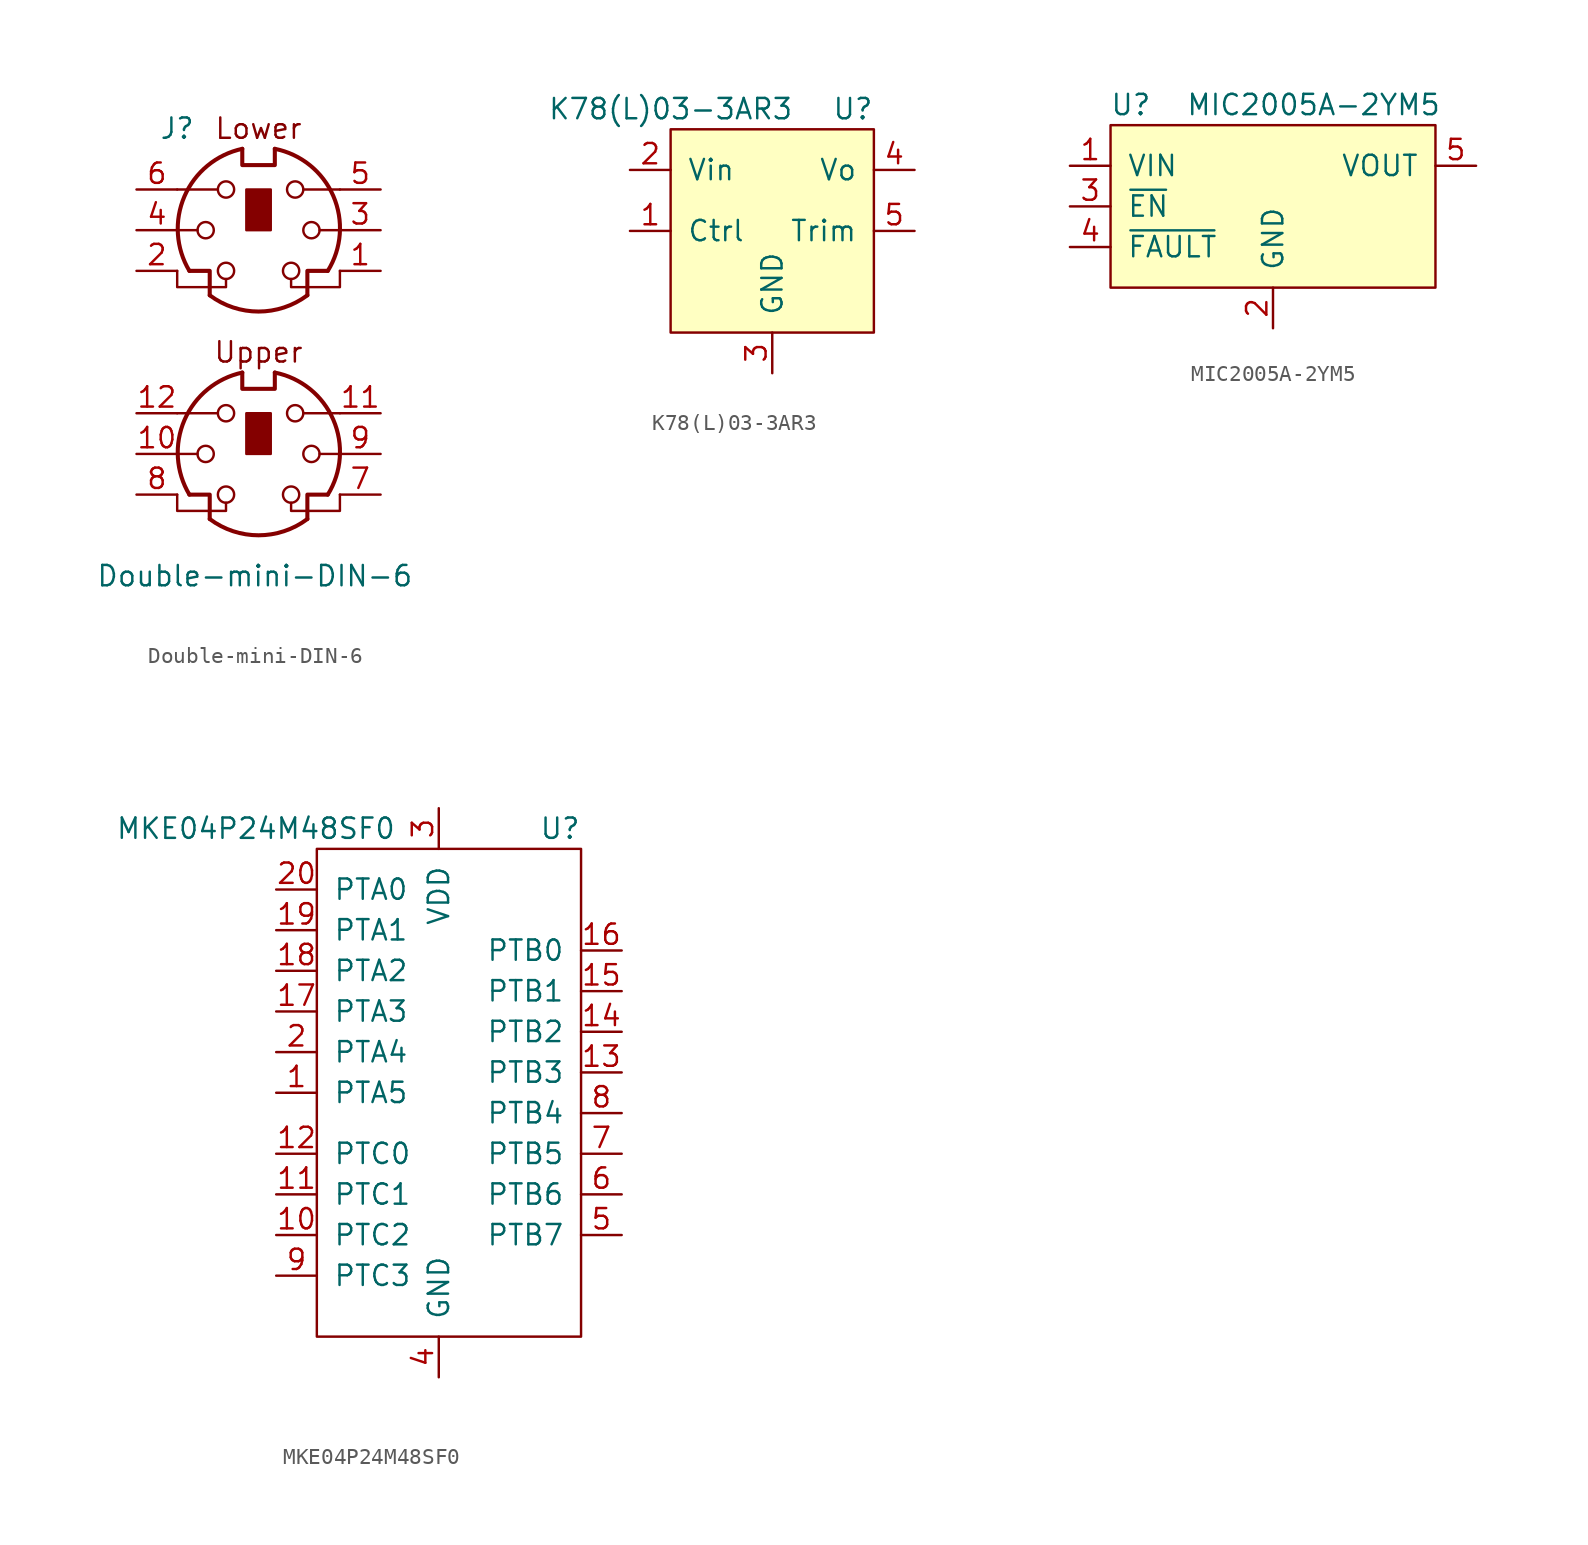
<source format=kicad_sym>
(kicad_symbol_lib
  (version 20211014)
  (generator kicad_symbol_editor)
  (symbol "Double-mini-DIN-6"
    (pin_names
      (offset 1.016))
    (property "Reference" "J"
      (at -5.08 12.7 0)
      (effects (font (size 1.27 1.27))))
    (property "Value" "Double-mini-DIN-6"
      (at -10.16 -15.24 0)
      (effects (font (size 1.27 1.27)) (justify left)))
    (symbol "Double-mini-DIN-6_0_0"
      (text "Lower" (at 0 12.7 0) (effects (font (size 1.27 1.27))))
      (text "Upper" (at 0 -1.27 0) (effects (font (size 1.27 1.27)))))
    (symbol "Double-mini-DIN-6_1_1"
      (circle (center -3.302 -7.62) (radius 0.508) (stroke (width 0) (type default) (color 0 0 0 0)) (fill (type none)))
      (circle (center -3.302 6.35) (radius 0.508) (stroke (width 0) (type default) (color 0 0 0 0)) (fill (type none)))
      (arc (start -3.048 -11.684) (mid 0 -12.7) (end 3.048 -11.684) (stroke (width 0.254) (type default) (color 0 0 0 0)) (fill (type none)))
      (arc (start -3.048 2.286) (mid 0 1.27) (end 3.048 2.286) (stroke (width 0.254) (type default) (color 0 0 0 0)) (fill (type none)))
      (circle (center -2.032 -10.16) (radius 0.508) (stroke (width 0) (type default) (color 0 0 0 0)) (fill (type none)))
      (circle (center -2.032 -5.08) (radius 0.508) (stroke (width 0) (type default) (color 0 0 0 0)) (fill (type none)))
      (circle (center -2.032 3.81) (radius 0.508) (stroke (width 0) (type default) (color 0 0 0 0)) (fill (type none)))
      (circle (center -2.032 8.89) (radius 0.508) (stroke (width 0) (type default) (color 0 0 0 0)) (fill (type none)))
      (arc (start -1.016 -2.54) (mid -4.6228 -5.4986) (end -4.318 -10.16) (stroke (width 0.254) (type default) (color 0 0 0 0)) (fill (type none)))
      (arc (start -1.016 11.43) (mid -4.6228 8.4714) (end -4.318 3.81) (stroke (width 0.254) (type default) (color 0 0 0 0)) (fill (type none)))
      (rectangle (start -0.762 -5.08) (end 0.762 -7.62) (stroke (width 0) (type default) (color 0 0 0 0)) (fill (type outline)))
      (rectangle (start -0.762 8.89) (end 0.762 6.35) (stroke (width 0) (type default) (color 0 0 0 0)) (fill (type outline)))
      (polyline (pts (xy -3.81 -7.62) (xy -5.08 -7.62)) (stroke (width 0) (type default) (color 0 0 0 0)) (fill (type none)))
      (polyline (pts (xy -3.81 6.35) (xy -5.08 6.35)) (stroke (width 0) (type default) (color 0 0 0 0)) (fill (type none)))
      (polyline (pts (xy -2.54 -5.08) (xy -5.08 -5.08)) (stroke (width 0) (type default) (color 0 0 0 0)) (fill (type none)))
      (polyline (pts (xy -2.54 8.89) (xy -5.08 8.89)) (stroke (width 0) (type default) (color 0 0 0 0)) (fill (type none)))
      (polyline (pts (xy 2.794 -5.08) (xy 5.08 -5.08)) (stroke (width 0) (type default) (color 0 0 0 0)) (fill (type none)))
      (polyline (pts (xy 2.794 8.89) (xy 5.08 8.89)) (stroke (width 0) (type default) (color 0 0 0 0)) (fill (type none)))
      (polyline (pts (xy 5.08 -7.62) (xy 3.81 -7.62)) (stroke (width 0) (type default) (color 0 0 0 0)) (fill (type none)))
      (polyline (pts (xy 5.08 6.35) (xy 3.81 6.35)) (stroke (width 0) (type default) (color 0 0 0 0)) (fill (type none)))
      (polyline (pts (xy -4.318 -10.16) (xy -3.048 -10.16) (xy -3.048 -11.684)) (stroke (width 0.254) (type default) (color 0 0 0 0)) (fill (type none)))
      (polyline (pts (xy -4.318 3.81) (xy -3.048 3.81) (xy -3.048 2.286)) (stroke (width 0.254) (type default) (color 0 0 0 0)) (fill (type none)))
      (polyline (pts (xy 4.318 -10.16) (xy 3.048 -10.16) (xy 3.048 -11.684)) (stroke (width 0.254) (type default) (color 0 0 0 0)) (fill (type none)))
      (polyline (pts (xy 4.318 3.81) (xy 3.048 3.81) (xy 3.048 2.286)) (stroke (width 0.254) (type default) (color 0 0 0 0)) (fill (type none)))
      (polyline (pts (xy -2.032 -10.668) (xy -2.032 -11.176) (xy -5.08 -11.176) (xy -5.08 -10.16)) (stroke (width 0) (type default) (color 0 0 0 0)) (fill (type none)))
      (polyline (pts (xy -2.032 3.302) (xy -2.032 2.794) (xy -5.08 2.794) (xy -5.08 3.81)) (stroke (width 0) (type default) (color 0 0 0 0)) (fill (type none)))
      (polyline (pts (xy -1.016 -2.54) (xy -1.016 -3.556) (xy 1.016 -3.556) (xy 1.016 -2.54)) (stroke (width 0.254) (type default) (color 0 0 0 0)) (fill (type none)))
      (polyline (pts (xy -1.016 11.43) (xy -1.016 10.414) (xy 1.016 10.414) (xy 1.016 11.43)) (stroke (width 0.254) (type default) (color 0 0 0 0)) (fill (type none)))
      (polyline (pts (xy 2.032 -10.668) (xy 2.032 -11.176) (xy 5.08 -11.176) (xy 5.08 -10.16)) (stroke (width 0) (type default) (color 0 0 0 0)) (fill (type none)))
      (polyline (pts (xy 2.032 3.302) (xy 2.032 2.794) (xy 5.08 2.794) (xy 5.08 3.81)) (stroke (width 0) (type default) (color 0 0 0 0)) (fill (type none)))
      (circle (center 2.032 -10.16) (radius 0.508) (stroke (width 0) (type default) (color 0 0 0 0)) (fill (type none)))
      (circle (center 2.032 3.81) (radius 0.508) (stroke (width 0) (type default) (color 0 0 0 0)) (fill (type none)))
      (circle (center 2.286 -5.08) (radius 0.508) (stroke (width 0) (type default) (color 0 0 0 0)) (fill (type none)))
      (circle (center 2.286 8.89) (radius 0.508) (stroke (width 0) (type default) (color 0 0 0 0)) (fill (type none)))
      (circle (center 3.302 -7.62) (radius 0.508) (stroke (width 0) (type default) (color 0 0 0 0)) (fill (type none)))
      (circle (center 3.302 6.35) (radius 0.508) (stroke (width 0) (type default) (color 0 0 0 0)) (fill (type none)))
      (arc (start 4.318 -10.16) (mid 4.6661 -5.4878) (end 1.016 -2.54) (stroke (width 0.254) (type default) (color 0 0 0 0)) (fill (type none)))
      (arc (start 4.318 3.81) (mid 4.6661 8.4822) (end 1.016 11.43) (stroke (width 0.254) (type default) (color 0 0 0 0)) (fill (type none)))
      (pin passive line (at 7.62 3.81 180) (length 2.54) (name "~" (effects (font (size 1.27 1.27)))) (number "1" (effects (font (size 1.27 1.27)))))
      (pin passive line (at -7.62 -7.62 0) (length 2.54) (name "~" (effects (font (size 1.27 1.27)))) (number "10" (effects (font (size 1.27 1.27)))))
      (pin passive line (at 7.62 -5.08 180) (length 2.54) (name "~" (effects (font (size 1.27 1.27)))) (number "11" (effects (font (size 1.27 1.27)))))
      (pin passive line (at -7.62 -5.08 0) (length 2.54) (name "~" (effects (font (size 1.27 1.27)))) (number "12" (effects (font (size 1.27 1.27)))))
      (pin passive line (at -7.62 3.81 0) (length 2.54) (name "~" (effects (font (size 1.27 1.27)))) (number "2" (effects (font (size 1.27 1.27)))))
      (pin passive line (at 7.62 6.35 180) (length 2.54) (name "~" (effects (font (size 1.27 1.27)))) (number "3" (effects (font (size 1.27 1.27)))))
      (pin passive line (at -7.62 6.35 0) (length 2.54) (name "~" (effects (font (size 1.27 1.27)))) (number "4" (effects (font (size 1.27 1.27)))))
      (pin passive line (at 7.62 8.89 180) (length 2.54) (name "~" (effects (font (size 1.27 1.27)))) (number "5" (effects (font (size 1.27 1.27)))))
      (pin passive line (at -7.62 8.89 0) (length 2.54) (name "~" (effects (font (size 1.27 1.27)))) (number "6" (effects (font (size 1.27 1.27)))))
      (pin passive line (at 7.62 -10.16 180) (length 2.54) (name "~" (effects (font (size 1.27 1.27)))) (number "7" (effects (font (size 1.27 1.27)))))
      (pin passive line (at -7.62 -10.16 0) (length 2.54) (name "~" (effects (font (size 1.27 1.27)))) (number "8" (effects (font (size 1.27 1.27)))))
      (pin passive line (at 7.62 -7.62 180) (length 2.54) (name "~" (effects (font (size 1.27 1.27)))) (number "9" (effects (font (size 1.27 1.27)))))))
  (symbol "K78(L)03-3AR3"
    (pin_names
      (offset 1.016))
    (property "Reference" "U"
      (at 6.35 0 0)
      (effects (font (size 1.27 1.27)) (justify right)))
    (property "Value" "K78(L)03-3AR3"
      (at -6.35 0 0)
      (effects (font (size 1.27 1.27))))
    (symbol "K78(L)03-3AR3_0_0"
      (pin input line (at -8.89 -7.62 0) (length 2.54) (name "Ctrl" (effects (font (size 1.27 1.27)))) (number "1" (effects (font (size 1.27 1.27)))))
      (pin power_in line (at -8.89 -3.81 0) (length 2.54) (name "Vin" (effects (font (size 1.27 1.27)))) (number "2" (effects (font (size 1.27 1.27)))))
      (pin power_in line (at 0 -16.51 90) (length 2.54) (name "GND" (effects (font (size 1.27 1.27)))) (number "3" (effects (font (size 1.27 1.27)))))
      (pin power_out line (at 8.89 -3.81 180) (length 2.54) (name "Vo" (effects (font (size 1.27 1.27)))) (number "4" (effects (font (size 1.27 1.27)))))
      (pin input line (at 8.89 -7.62 180) (length 2.54) (name "Trim" (effects (font (size 1.27 1.27)))) (number "5" (effects (font (size 1.27 1.27))))))
    (symbol "K78(L)03-3AR3_0_1"
      (rectangle (start -6.35 -1.27) (end 6.35 -13.97) (stroke (width 0) (type default) (color 0 0 0 0)) (fill (type background)))))
  (symbol "MIC2005A-2YM5"
    (pin_names
      (offset 1.016))
    (property "Reference" "U"
      (at -8.89 6.35 0)
      (effects (font (size 1.27 1.27))))
    (property "Value" "MIC2005A-2YM5"
      (at 2.54 6.35 0)
      (effects (font (size 1.27 1.27))))
    (symbol "MIC2005A-2YM5_0_0"
      (pin power_in line (at -12.7 2.54 0) (length 2.54) (name "VIN" (effects (font (size 1.27 1.27)))) (number "1" (effects (font (size 1.27 1.27)))))
      (pin power_in line (at 0 -7.62 90) (length 2.54) (name "GND" (effects (font (size 1.27 1.27)))) (number "2" (effects (font (size 1.27 1.27)))))
      (pin input line (at -12.7 0 0) (length 2.54) (name "~{EN}" (effects (font (size 1.27 1.27)))) (number "3" (effects (font (size 1.27 1.27)))))
      (pin open_collector line (at -12.7 -2.54 0) (length 2.54) (name "~{FAULT}" (effects (font (size 1.27 1.27)))) (number "4" (effects (font (size 1.27 1.27)))))
      (pin power_out line (at 12.7 2.54 180) (length 2.54) (name "VOUT" (effects (font (size 1.27 1.27)))) (number "5" (effects (font (size 1.27 1.27))))))
    (symbol "MIC2005A-2YM5_0_1"
      (rectangle (start -10.16 5.08) (end 10.16 -5.08) (stroke (width 0) (type default) (color 0 0 0 0)) (fill (type background)))))
  (symbol "MKE04P24M48SF0"
    (pin_names
      (offset 1.016))
    (property "Reference" "U"
      (at 8.89 16.51 0)
      (effects (font (size 1.27 1.27)) (justify right)))
    (property "Value" "MKE04P24M48SF0"
      (at -11.43 16.51 0)
      (effects (font (size 1.27 1.27))))
    (symbol "MKE04P24M48SF0_0_0"
      (pin bidirectional line (at -10.16 0 0) (length 2.54) (name "PTA5" (effects (font (size 1.27 1.27)))) (number "1" (effects (font (size 1.27 1.27)))))
      (pin bidirectional line (at -10.16 -8.89 0) (length 2.54) (name "PTC2" (effects (font (size 1.27 1.27)))) (number "10" (effects (font (size 1.27 1.27)))))
      (pin bidirectional line (at -10.16 -6.35 0) (length 2.54) (name "PTC1" (effects (font (size 1.27 1.27)))) (number "11" (effects (font (size 1.27 1.27)))))
      (pin bidirectional line (at -10.16 -3.81 0) (length 2.54) (name "PTC0" (effects (font (size 1.27 1.27)))) (number "12" (effects (font (size 1.27 1.27)))))
      (pin bidirectional line (at 11.43 1.27 180) (length 2.54) (name "PTB3" (effects (font (size 1.27 1.27)))) (number "13" (effects (font (size 1.27 1.27)))))
      (pin bidirectional line (at 11.43 3.81 180) (length 2.54) (name "PTB2" (effects (font (size 1.27 1.27)))) (number "14" (effects (font (size 1.27 1.27)))))
      (pin bidirectional line (at 11.43 6.35 180) (length 2.54) (name "PTB1" (effects (font (size 1.27 1.27)))) (number "15" (effects (font (size 1.27 1.27)))))
      (pin bidirectional line (at 11.43 8.89 180) (length 2.54) (name "PTB0" (effects (font (size 1.27 1.27)))) (number "16" (effects (font (size 1.27 1.27)))))
      (pin bidirectional line (at -10.16 5.08 0) (length 2.54) (name "PTA3" (effects (font (size 1.27 1.27)))) (number "17" (effects (font (size 1.27 1.27)))))
      (pin bidirectional line (at -10.16 7.62 0) (length 2.54) (name "PTA2" (effects (font (size 1.27 1.27)))) (number "18" (effects (font (size 1.27 1.27)))))
      (pin bidirectional line (at -10.16 10.16 0) (length 2.54) (name "PTA1" (effects (font (size 1.27 1.27)))) (number "19" (effects (font (size 1.27 1.27)))))
      (pin bidirectional line (at -10.16 2.54 0) (length 2.54) (name "PTA4" (effects (font (size 1.27 1.27)))) (number "2" (effects (font (size 1.27 1.27)))))
      (pin bidirectional line (at -10.16 12.7 0) (length 2.54) (name "PTA0" (effects (font (size 1.27 1.27)))) (number "20" (effects (font (size 1.27 1.27)))))
      (pin power_in line (at 0 17.78 270) (length 2.54) (name "VDD" (effects (font (size 1.27 1.27)))) (number "3" (effects (font (size 1.27 1.27)))))
      (pin power_in line (at 0 -17.78 90) (length 2.54) (name "GND" (effects (font (size 1.27 1.27)))) (number "4" (effects (font (size 1.27 1.27)))))
      (pin bidirectional line (at 11.43 -8.89 180) (length 2.54) (name "PTB7" (effects (font (size 1.27 1.27)))) (number "5" (effects (font (size 1.27 1.27)))))
      (pin bidirectional line (at 11.43 -6.35 180) (length 2.54) (name "PTB6" (effects (font (size 1.27 1.27)))) (number "6" (effects (font (size 1.27 1.27)))))
      (pin bidirectional line (at 11.43 -3.81 180) (length 2.54) (name "PTB5" (effects (font (size 1.27 1.27)))) (number "7" (effects (font (size 1.27 1.27)))))
      (pin bidirectional line (at 11.43 -1.27 180) (length 2.54) (name "PTB4" (effects (font (size 1.27 1.27)))) (number "8" (effects (font (size 1.27 1.27)))))
      (pin bidirectional line (at -10.16 -11.43 0) (length 2.54) (name "PTC3" (effects (font (size 1.27 1.27)))) (number "9" (effects (font (size 1.27 1.27))))))
    (symbol "MKE04P24M48SF0_0_1"
      (rectangle (start -7.62 15.24) (end 8.89 -15.24) (stroke (width 0) (type default) (color 0 0 0 0)) (fill (type none))))))
</source>
